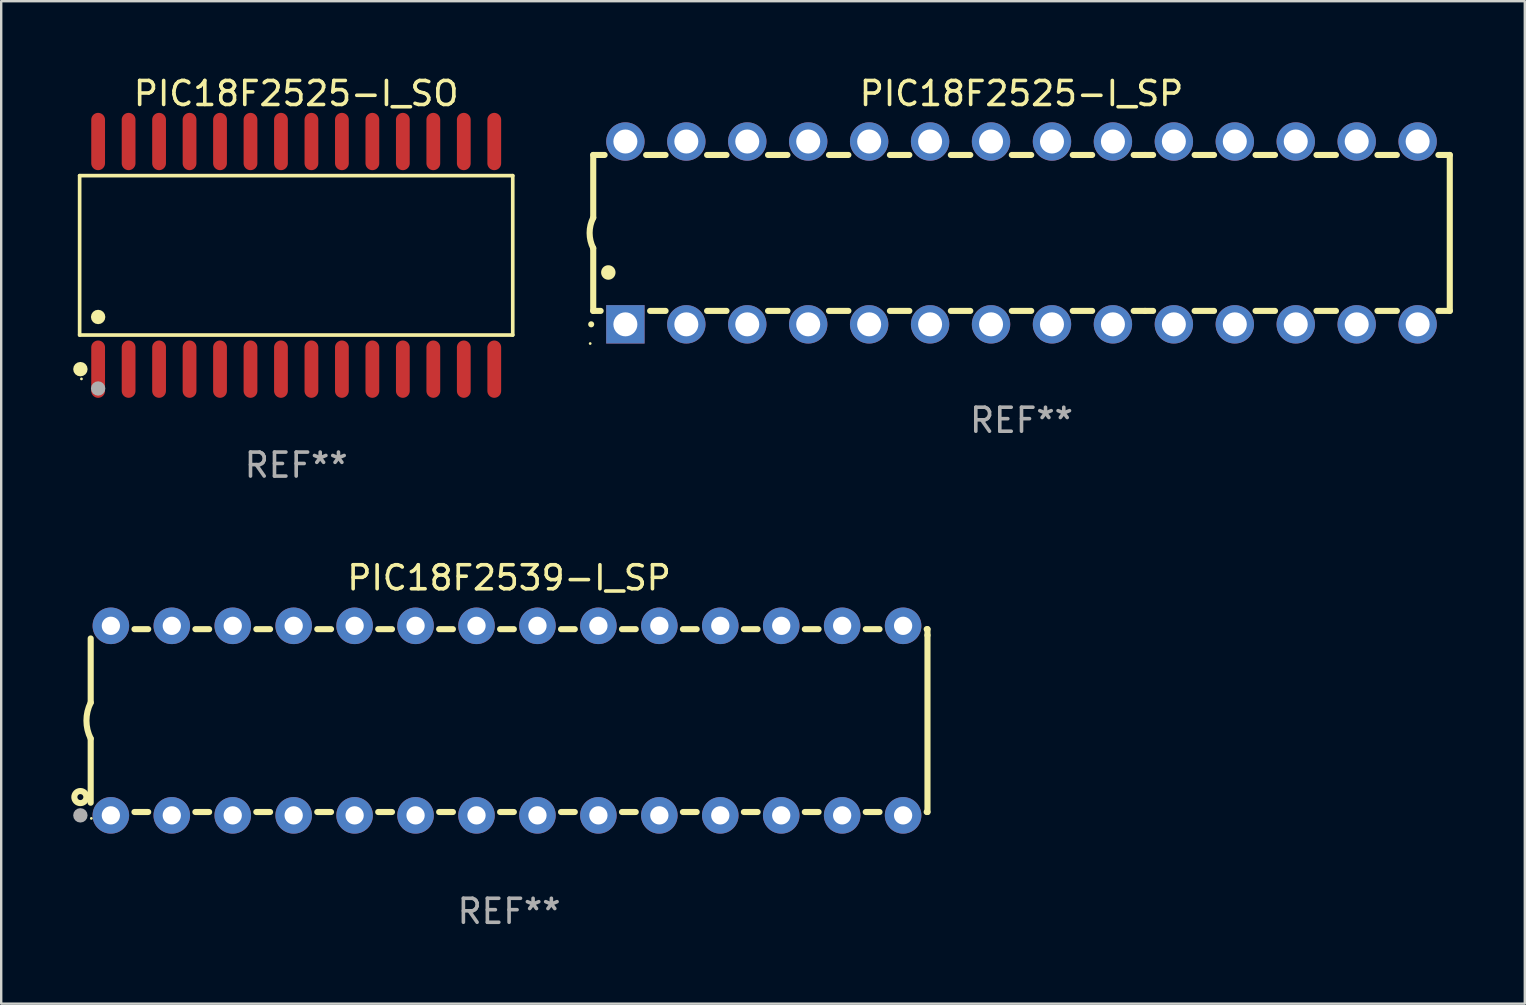
<source format=kicad_pcb>
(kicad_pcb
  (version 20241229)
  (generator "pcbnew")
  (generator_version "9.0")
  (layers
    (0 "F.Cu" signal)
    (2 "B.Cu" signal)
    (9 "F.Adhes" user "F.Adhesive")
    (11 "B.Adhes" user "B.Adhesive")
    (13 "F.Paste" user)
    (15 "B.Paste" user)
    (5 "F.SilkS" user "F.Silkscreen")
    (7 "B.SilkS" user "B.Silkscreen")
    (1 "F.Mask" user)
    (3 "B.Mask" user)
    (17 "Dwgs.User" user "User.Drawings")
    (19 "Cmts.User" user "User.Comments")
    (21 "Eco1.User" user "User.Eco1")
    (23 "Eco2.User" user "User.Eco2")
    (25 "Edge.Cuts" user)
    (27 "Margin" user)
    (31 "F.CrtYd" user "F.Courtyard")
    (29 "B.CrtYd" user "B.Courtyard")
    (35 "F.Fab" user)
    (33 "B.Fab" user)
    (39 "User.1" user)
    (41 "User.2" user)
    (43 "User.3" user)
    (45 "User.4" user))
  (footprint "PIC18F2525-I_SP"
    (layer "F.Cu")
    (at 39.525 6.658)
    (property "Reference" "PIC18F2525-I_SP" (at 0 -5.81 0) (layer "F.SilkS") (effects (font (size 1 1) (thickness 0.15))))
    (attr through_hole)
    (fp_line (start -17.85 -3.25) (end -17.85 -0.635) (stroke (width 0.254) (type solid)) (layer "F.SilkS"))
    (fp_line (start -17.85 3.25) (end -17.85 0.635) (stroke (width 0.254) (type solid)) (layer "F.SilkS"))
    (fp_line (start -17.85 3.25) (end -17.541 3.25) (stroke (width 0.254) (type solid)) (layer "F.SilkS"))
    (fp_line (start -17.375 -3.25) (end -17.85 -3.25) (stroke (width 0.254) (type solid)) (layer "F.SilkS"))
    (fp_line (start -15.479 3.25) (end -14.835 3.25) (stroke (width 0.254) (type solid)) (layer "F.SilkS"))
    (fp_line (start -14.835 -3.25) (end -15.645 -3.25) (stroke (width 0.254) (type solid)) (layer "F.SilkS"))
    (fp_line (start -13.105 3.25) (end -12.295 3.25) (stroke (width 0.254) (type solid)) (layer "F.SilkS"))
    (fp_line (start -12.295 -3.25) (end -13.105 -3.25) (stroke (width 0.254) (type solid)) (layer "F.SilkS"))
    (fp_line (start -10.565 3.25) (end -9.755 3.25) (stroke (width 0.254) (type solid)) (layer "F.SilkS"))
    (fp_line (start -9.755 -3.25) (end -10.565 -3.25) (stroke (width 0.254) (type solid)) (layer "F.SilkS"))
    (fp_line (start -8.025 3.25) (end -7.215 3.25) (stroke (width 0.254) (type solid)) (layer "F.SilkS"))
    (fp_line (start -7.215 -3.25) (end -8.025 -3.25) (stroke (width 0.254) (type solid)) (layer "F.SilkS"))
    (fp_line (start -5.485 3.25) (end -4.675 3.25) (stroke (width 0.254) (type solid)) (layer "F.SilkS"))
    (fp_line (start -4.675 -3.25) (end -5.485 -3.25) (stroke (width 0.254) (type solid)) (layer "F.SilkS"))
    (fp_line (start -2.945 3.25) (end -2.135 3.25) (stroke (width 0.254) (type solid)) (layer "F.SilkS"))
    (fp_line (start -2.135 -3.25) (end -2.945 -3.25) (stroke (width 0.254) (type solid)) (layer "F.SilkS"))
    (fp_line (start -0.405 3.25) (end 0.405 3.25) (stroke (width 0.254) (type solid)) (layer "F.SilkS"))
    (fp_line (start 0.405 -3.25) (end -0.405 -3.25) (stroke (width 0.254) (type solid)) (layer "F.SilkS"))
    (fp_line (start 2.135 3.25) (end 2.945 3.25) (stroke (width 0.254) (type solid)) (layer "F.SilkS"))
    (fp_line (start 2.945 -3.25) (end 2.135 -3.25) (stroke (width 0.254) (type solid)) (layer "F.SilkS"))
    (fp_line (start 4.675 3.25) (end 5.15 3.25) (stroke (width 0.254) (type solid)) (layer "F.SilkS"))
    (fp_line (start 5.15 -3.25) (end 4.675 -3.25) (stroke (width 0.254) (type solid)) (layer "F.SilkS"))
    (fp_line (start 5.15 -3.25) (end 5.485 -3.25) (stroke (width 0.254) (type solid)) (layer "F.SilkS"))
    (fp_line (start 5.15 3.25) (end 5.485 3.25) (stroke (width 0.254) (type solid)) (layer "F.SilkS"))
    (fp_line (start 7.215 -3.25) (end 8.025 -3.25) (stroke (width 0.254) (type solid)) (layer "F.SilkS"))
    (fp_line (start 7.215 3.25) (end 8.025 3.25) (stroke (width 0.254) (type solid)) (layer "F.SilkS"))
    (fp_line (start 9.755 -3.25) (end 10.565 -3.25) (stroke (width 0.254) (type solid)) (layer "F.SilkS"))
    (fp_line (start 9.755 3.25) (end 10.565 3.25) (stroke (width 0.254) (type solid)) (layer "F.SilkS"))
    (fp_line (start 12.295 -3.25) (end 13.105 -3.25) (stroke (width 0.254) (type solid)) (layer "F.SilkS"))
    (fp_line (start 12.295 3.25) (end 13.105 3.25) (stroke (width 0.254) (type solid)) (layer "F.SilkS"))
    (fp_line (start 14.835 -3.25) (end 15.645 -3.25) (stroke (width 0.254) (type solid)) (layer "F.SilkS"))
    (fp_line (start 14.835 3.25) (end 15.645 3.25) (stroke (width 0.254) (type solid)) (layer "F.SilkS"))
    (fp_line (start 17.375 -3.25) (end 17.85 -3.25) (stroke (width 0.254) (type solid)) (layer "F.SilkS"))
    (fp_line (start 17.375 3.25) (end 17.85 3.25) (stroke (width 0.254) (type solid)) (layer "F.SilkS"))
    (fp_line (start 17.85 -3.25) (end 17.85 3.25) (stroke (width 0.254) (type solid)) (layer "F.SilkS"))
    (fp_arc (start -17.934976 3.810008) (mid -17.934983 3.808738) (end -17.934976 3.807468) (stroke (width 0.25) (type solid)) (layer "F.SilkS"))
    (fp_arc (start -17.851155 0.635002) (mid -18.000677 -0.000132) (end -17.850038 -0.635001) (stroke (width 0.254001) (type solid)) (layer "F.SilkS"))
    (fp_arc (start -17.221234 1.651003) (mid -17.221245 1.648463) (end -17.221234 1.645923) (stroke (width 0.6) (type solid)) (layer "F.SilkS"))
    (fp_circle (center -17.977 4.61) (end -17.947 4.61) (stroke (width 0.06) (type solid)) (fill no) (layer "F.SilkS"))
    (fp_text user "REF**" (at 0 7.81 0) (layer "F.Fab") (effects (font (size 1 1) (thickness 0.15))))
    (pad "1" thru_hole rect (at -16.51 3.81 90) (size 1.6 1.6) (drill 1) (layers "*.Cu" "*.Mask"))
    (pad "2" thru_hole circle (at -13.97 3.81 90) (size 1.6 1.6) (drill 1) (layers "*.Cu" "*.Mask"))
    (pad "3" thru_hole circle (at -11.43 3.81 90) (size 1.6 1.6) (drill 1) (layers "*.Cu" "*.Mask"))
    (pad "4" thru_hole circle (at -8.89 3.81 90) (size 1.6 1.6) (drill 1) (layers "*.Cu" "*.Mask"))
    (pad "5" thru_hole circle (at -6.35 3.81 90) (size 1.6 1.6) (drill 1) (layers "*.Cu" "*.Mask"))
    (pad "6" thru_hole circle (at -3.81 3.81 90) (size 1.6 1.6) (drill 1) (layers "*.Cu" "*.Mask"))
    (pad "7" thru_hole circle (at -1.27 3.81 90) (size 1.6 1.6) (drill 1) (layers "*.Cu" "*.Mask"))
    (pad "8" thru_hole circle (at 1.27 3.81 90) (size 1.6 1.6) (drill 1) (layers "*.Cu" "*.Mask"))
    (pad "9" thru_hole circle (at 3.81 3.81 90) (size 1.6 1.6) (drill 1) (layers "*.Cu" "*.Mask"))
    (pad "10" thru_hole circle (at 6.35 3.81 90) (size 1.6 1.6) (drill 1) (layers "*.Cu" "*.Mask"))
    (pad "11" thru_hole circle (at 8.89 3.81 90) (size 1.6 1.6) (drill 1) (layers "*.Cu" "*.Mask"))
    (pad "12" thru_hole circle (at 11.43 3.81 90) (size 1.6 1.6) (drill 1) (layers "*.Cu" "*.Mask"))
    (pad "13" thru_hole circle (at 13.97 3.81 90) (size 1.6 1.6) (drill 1) (layers "*.Cu" "*.Mask"))
    (pad "14" thru_hole circle (at 16.51 3.81 90) (size 1.6 1.6) (drill 1) (layers "*.Cu" "*.Mask"))
    (pad "15" thru_hole circle (at 16.51 -3.81 90) (size 1.6 1.6) (drill 1) (layers "*.Cu" "*.Mask"))
    (pad "16" thru_hole circle (at 13.97 -3.81 90) (size 1.6 1.6) (drill 1) (layers "*.Cu" "*.Mask"))
    (pad "17" thru_hole circle (at 11.43 -3.81 90) (size 1.6 1.6) (drill 1) (layers "*.Cu" "*.Mask"))
    (pad "18" thru_hole circle (at 8.89 -3.81 90) (size 1.6 1.6) (drill 1) (layers "*.Cu" "*.Mask"))
    (pad "19" thru_hole circle (at 6.35 -3.81 90) (size 1.6 1.6) (drill 1) (layers "*.Cu" "*.Mask"))
    (pad "20" thru_hole circle (at 3.81 -3.81 90) (size 1.6 1.6) (drill 1) (layers "*.Cu" "*.Mask"))
    (pad "21" thru_hole circle (at 1.27 -3.81 90) (size 1.6 1.6) (drill 1) (layers "*.Cu" "*.Mask"))
    (pad "22" thru_hole circle (at -1.27 -3.81 90) (size 1.6 1.6) (drill 1) (layers "*.Cu" "*.Mask"))
    (pad "23" thru_hole circle (at -3.81 -3.81 90) (size 1.6 1.6) (drill 1) (layers "*.Cu" "*.Mask"))
    (pad "24" thru_hole circle (at -6.35 -3.81 90) (size 1.6 1.6) (drill 1) (layers "*.Cu" "*.Mask"))
    (pad "25" thru_hole circle (at -8.89 -3.81 90) (size 1.6 1.6) (drill 1) (layers "*.Cu" "*.Mask"))
    (pad "26" thru_hole circle (at -11.43 -3.81 90) (size 1.6 1.6) (drill 1) (layers "*.Cu" "*.Mask"))
    (pad "27" thru_hole circle (at -13.97 -3.81 90) (size 1.6 1.6) (drill 1) (layers "*.Cu" "*.Mask"))
    (pad "28" thru_hole circle (at -16.51 -3.81 90) (size 1.6 1.6) (drill 1) (layers "*.Cu" "*.Mask")))
  (footprint "PIC18F2539-I_SP"
    (layer "F.Cu")
    (at 18.168 26.983)
    (property "Reference" "PIC18F2539-I_SP" (at 0 -5.95 0) (layer "F.SilkS") (effects (font (size 1 1) (thickness 0.15))))
    (attr through_hole)
    (fp_line (start -17.438 0.75) (end -17.438 3.423) (stroke (width 0.254) (type solid)) (layer "F.SilkS"))
    (fp_line (start -17.438 -3.423) (end -17.438 -0.75) (stroke (width 0.254) (type solid)) (layer "F.SilkS"))
    (fp_line (start -15.615 3.81) (end -15.041 3.81) (stroke (width 0.254) (type solid)) (layer "F.SilkS"))
    (fp_line (start -15.041 -3.81) (end -15.614 -3.81) (stroke (width 0.254) (type solid)) (layer "F.SilkS"))
    (fp_line (start -13.075 3.81) (end -12.501 3.81) (stroke (width 0.254) (type solid)) (layer "F.SilkS"))
    (fp_line (start -12.501 -3.81) (end -13.074 -3.81) (stroke (width 0.254) (type solid)) (layer "F.SilkS"))
    (fp_line (start -10.535 3.81) (end -9.961 3.81) (stroke (width 0.254) (type solid)) (layer "F.SilkS"))
    (fp_line (start -9.961 -3.81) (end -10.534 -3.81) (stroke (width 0.254) (type solid)) (layer "F.SilkS"))
    (fp_line (start -7.995 3.81) (end -7.421 3.81) (stroke (width 0.254) (type solid)) (layer "F.SilkS"))
    (fp_line (start -7.421 -3.81) (end -7.995 -3.81) (stroke (width 0.254) (type solid)) (layer "F.SilkS"))
    (fp_line (start -5.455 3.81) (end -4.881 3.81) (stroke (width 0.254) (type solid)) (layer "F.SilkS"))
    (fp_line (start -4.881 -3.81) (end -5.455 -3.81) (stroke (width 0.254) (type solid)) (layer "F.SilkS"))
    (fp_line (start -2.915 3.81) (end -2.341 3.81) (stroke (width 0.254) (type solid)) (layer "F.SilkS"))
    (fp_line (start -2.341 -3.81) (end -2.915 -3.81) (stroke (width 0.254) (type solid)) (layer "F.SilkS"))
    (fp_line (start -0.375 3.81) (end 0.199 3.81) (stroke (width 0.254) (type solid)) (layer "F.SilkS"))
    (fp_line (start 0.199 -3.81) (end -0.375 -3.81) (stroke (width 0.254) (type solid)) (layer "F.SilkS"))
    (fp_line (start 2.165 3.81) (end 2.739 3.81) (stroke (width 0.254) (type solid)) (layer "F.SilkS"))
    (fp_line (start 2.739 -3.81) (end 2.165 -3.81) (stroke (width 0.254) (type solid)) (layer "F.SilkS"))
    (fp_line (start 4.705 3.81) (end 5.279 3.81) (stroke (width 0.254) (type solid)) (layer "F.SilkS"))
    (fp_line (start 5.279 -3.81) (end 4.705 -3.81) (stroke (width 0.254) (type solid)) (layer "F.SilkS"))
    (fp_line (start 7.245 3.81) (end 7.819 3.81) (stroke (width 0.254) (type solid)) (layer "F.SilkS"))
    (fp_line (start 7.819 -3.81) (end 7.245 -3.81) (stroke (width 0.254) (type solid)) (layer "F.SilkS"))
    (fp_line (start 9.785 3.81) (end 10.359 3.81) (stroke (width 0.254) (type solid)) (layer "F.SilkS"))
    (fp_line (start 10.359 -3.81) (end 9.785 -3.81) (stroke (width 0.254) (type solid)) (layer "F.SilkS"))
    (fp_line (start 12.325 3.81) (end 12.899 3.81) (stroke (width 0.254) (type solid)) (layer "F.SilkS"))
    (fp_line (start 12.899 -3.81) (end 12.325 -3.81) (stroke (width 0.254) (type solid)) (layer "F.SilkS"))
    (fp_line (start 14.865 3.81) (end 15.439 3.81) (stroke (width 0.254) (type solid)) (layer "F.SilkS"))
    (fp_line (start 15.439 -3.81) (end 14.865 -3.81) (stroke (width 0.254) (type solid)) (layer "F.SilkS"))
    (fp_line (start 17.405 3.81) (end 17.438 3.81) (stroke (width 0.254) (type solid)) (layer "F.SilkS"))
    (fp_line (start 17.438 -3.81) (end 17.405 -3.81) (stroke (width 0.254) (type solid)) (layer "F.SilkS"))
    (fp_line (start 17.438 -3.556) (end 17.438 -3.81) (stroke (width 0.254) (type solid)) (layer "F.SilkS"))
    (fp_line (start 17.438 3.81) (end 17.438 -3.556) (stroke (width 0.254) (type solid)) (layer "F.SilkS"))
    (fp_arc (start -17.437986 0.749657) (mid -17.614887 -0.000024) (end -17.437783 -0.749657) (stroke (width 0.254001) (type solid)) (layer "F.SilkS"))
    (fp_circle (center -17.868 3.188) (end -17.743 3.188) (stroke (width 0.254) (type solid)) (fill no) (layer "F.SilkS"))
    (fp_circle (center -17.411 4.077) (end -17.381 4.077) (stroke (width 0.06) (type solid)) (fill no) (layer "F.SilkS"))
    (fp_circle (center -17.868 3.95) (end -17.718 3.95) (stroke (width 0.3) (type solid)) (fill no) (layer "F.Fab"))
    (fp_text user "REF**" (at 0 7.95 0) (layer "F.Fab") (effects (font (size 1 1) (thickness 0.15))))
    (pad "1" thru_hole circle (at -16.598 3.95) (size 1.524 1.524) (drill 0.762) (layers "*.Cu" "*.Mask"))
    (pad "2" thru_hole circle (at -14.058 3.95) (size 1.524 1.524) (drill 0.762) (layers "*.Cu" "*.Mask"))
    (pad "3" thru_hole circle (at -11.518 3.95) (size 1.524 1.524) (drill 0.762) (layers "*.Cu" "*.Mask"))
    (pad "4" thru_hole circle (at -8.978 3.95) (size 1.524 1.524) (drill 0.762) (layers "*.Cu" "*.Mask"))
    (pad "5" thru_hole circle (at -6.438 3.95) (size 1.524 1.524) (drill 0.762) (layers "*.Cu" "*.Mask"))
    (pad "6" thru_hole circle (at -3.898 3.95) (size 1.524 1.524) (drill 0.762) (layers "*.Cu" "*.Mask"))
    (pad "7" thru_hole circle (at -1.358 3.95) (size 1.524 1.524) (drill 0.762) (layers "*.Cu" "*.Mask"))
    (pad "8" thru_hole circle (at 1.182 3.95) (size 1.524 1.524) (drill 0.762) (layers "*.Cu" "*.Mask"))
    (pad "9" thru_hole circle (at 3.722 3.95) (size 1.524 1.524) (drill 0.762) (layers "*.Cu" "*.Mask"))
    (pad "10" thru_hole circle (at 6.262 3.95) (size 1.524 1.524) (drill 0.762) (layers "*.Cu" "*.Mask"))
    (pad "11" thru_hole circle (at 8.802 3.95) (size 1.524 1.524) (drill 0.762) (layers "*.Cu" "*.Mask"))
    (pad "12" thru_hole circle (at 11.342 3.95) (size 1.524 1.524) (drill 0.762) (layers "*.Cu" "*.Mask"))
    (pad "13" thru_hole circle (at 13.882 3.95) (size 1.524 1.524) (drill 0.762) (layers "*.Cu" "*.Mask"))
    (pad "14" thru_hole circle (at 16.422 3.95) (size 1.524 1.524) (drill 0.762) (layers "*.Cu" "*.Mask"))
    (pad "15" thru_hole circle (at 16.422 -3.95) (size 1.524 1.524) (drill 0.762) (layers "*.Cu" "*.Mask"))
    (pad "16" thru_hole circle (at 13.882 -3.95) (size 1.524 1.524) (drill 0.762) (layers "*.Cu" "*.Mask"))
    (pad "17" thru_hole circle (at 11.342 -3.95) (size 1.524 1.524) (drill 0.762) (layers "*.Cu" "*.Mask"))
    (pad "18" thru_hole circle (at 8.802 -3.95) (size 1.524 1.524) (drill 0.762) (layers "*.Cu" "*.Mask"))
    (pad "19" thru_hole circle (at 6.262 -3.95) (size 1.524 1.524) (drill 0.762) (layers "*.Cu" "*.Mask"))
    (pad "20" thru_hole circle (at 3.722 -3.95) (size 1.524 1.524) (drill 0.762) (layers "*.Cu" "*.Mask"))
    (pad "21" thru_hole circle (at 1.182 -3.95) (size 1.524 1.524) (drill 0.762) (layers "*.Cu" "*.Mask"))
    (pad "22" thru_hole circle (at -1.358 -3.95) (size 1.524 1.524) (drill 0.762) (layers "*.Cu" "*.Mask"))
    (pad "23" thru_hole circle (at -3.898 -3.95) (size 1.524 1.524) (drill 0.762) (layers "*.Cu" "*.Mask"))
    (pad "24" thru_hole circle (at -6.438 -3.95) (size 1.524 1.524) (drill 0.762) (layers "*.Cu" "*.Mask"))
    (pad "25" thru_hole circle (at -8.978 -3.95) (size 1.524 1.524) (drill 0.762) (layers "*.Cu" "*.Mask"))
    (pad "26" thru_hole circle (at -11.517 -3.95) (size 1.524 1.524) (drill 0.762) (layers "*.Cu" "*.Mask"))
    (pad "27" thru_hole circle (at -14.057 -3.95) (size 1.524 1.524) (drill 0.762) (layers "*.Cu" "*.Mask"))
    (pad "28" thru_hole circle (at -16.597 -3.95) (size 1.524 1.524) (drill 0.762) (layers "*.Cu" "*.Mask")))
  (footprint "PIC18F2525-I_SO"
    (layer "F.Cu")
    (at 9.295 7.592)
    (property "Reference" "PIC18F2525-I_SO" (at 0 -6.744 0) (layer "F.SilkS") (effects (font (size 1 1) (thickness 0.15))))
    (attr through_hole)
    (fp_line (start -9.026 -3.321) (end 9.026 -3.321) (stroke (width 0.152) (type solid)) (layer "F.SilkS"))
    (fp_line (start -9.026 3.321) (end -9.026 -3.321) (stroke (width 0.152) (type solid)) (layer "F.SilkS"))
    (fp_line (start 9.026 -3.321) (end 9.026 3.321) (stroke (width 0.152) (type solid)) (layer "F.SilkS"))
    (fp_line (start 9.026 3.321) (end -9.026 3.321) (stroke (width 0.152) (type solid)) (layer "F.SilkS"))
    (fp_circle (center -8.994 4.744) (end -8.844 4.744) (stroke (width 0.3) (type solid)) (fill no) (layer "F.SilkS"))
    (fp_circle (center -8.95 5.15) (end -8.92 5.15) (stroke (width 0.06) (type solid)) (fill no) (layer "F.SilkS"))
    (fp_circle (center -8.255 2.569) (end -8.105 2.569) (stroke (width 0.3) (type solid)) (fill no) (layer "F.SilkS"))
    (fp_circle (center -8.255 5.55) (end -8.105 5.55) (stroke (width 0.3) (type solid)) (fill no) (layer "F.Fab"))
    (fp_text user "REF**" (at 0 8.744 0) (layer "F.Fab") (effects (font (size 1 1) (thickness 0.15))))
    (pad "1" smd oval (at -8.255 4.744) (size 0.574 2.388) (layers "F.Cu" "F.Mask" "F.Paste"))
    (pad "2" smd oval (at -6.985 4.744) (size 0.574 2.388) (layers "F.Cu" "F.Mask" "F.Paste"))
    (pad "3" smd oval (at -5.715 4.744) (size 0.574 2.388) (layers "F.Cu" "F.Mask" "F.Paste"))
    (pad "4" smd oval (at -4.445 4.744) (size 0.574 2.388) (layers "F.Cu" "F.Mask" "F.Paste"))
    (pad "5" smd oval (at -3.175 4.744) (size 0.574 2.388) (layers "F.Cu" "F.Mask" "F.Paste"))
    (pad "6" smd oval (at -1.905 4.744) (size 0.574 2.388) (layers "F.Cu" "F.Mask" "F.Paste"))
    (pad "7" smd oval (at -0.635 4.744) (size 0.574 2.388) (layers "F.Cu" "F.Mask" "F.Paste"))
    (pad "8" smd oval (at 0.635 4.744) (size 0.574 2.388) (layers "F.Cu" "F.Mask" "F.Paste"))
    (pad "9" smd oval (at 1.905 4.744) (size 0.574 2.388) (layers "F.Cu" "F.Mask" "F.Paste"))
    (pad "10" smd oval (at 3.175 4.744) (size 0.574 2.388) (layers "F.Cu" "F.Mask" "F.Paste"))
    (pad "11" smd oval (at 4.445 4.744) (size 0.574 2.388) (layers "F.Cu" "F.Mask" "F.Paste"))
    (pad "12" smd oval (at 5.715 4.744) (size 0.574 2.388) (layers "F.Cu" "F.Mask" "F.Paste"))
    (pad "13" smd oval (at 6.985 4.744) (size 0.574 2.388) (layers "F.Cu" "F.Mask" "F.Paste"))
    (pad "14" smd oval (at 8.255 4.744) (size 0.574 2.388) (layers "F.Cu" "F.Mask" "F.Paste"))
    (pad "15" smd oval (at 8.255 -4.744) (size 0.574 2.388) (layers "F.Cu" "F.Mask" "F.Paste"))
    (pad "16" smd oval (at 6.985 -4.744) (size 0.574 2.388) (layers "F.Cu" "F.Mask" "F.Paste"))
    (pad "17" smd oval (at 5.715 -4.744) (size 0.574 2.388) (layers "F.Cu" "F.Mask" "F.Paste"))
    (pad "18" smd oval (at 4.445 -4.744) (size 0.574 2.388) (layers "F.Cu" "F.Mask" "F.Paste"))
    (pad "19" smd oval (at 3.175 -4.744) (size 0.574 2.388) (layers "F.Cu" "F.Mask" "F.Paste"))
    (pad "20" smd oval (at 1.905 -4.744) (size 0.574 2.388) (layers "F.Cu" "F.Mask" "F.Paste"))
    (pad "21" smd oval (at 0.635 -4.744) (size 0.574 2.388) (layers "F.Cu" "F.Mask" "F.Paste"))
    (pad "22" smd oval (at -0.635 -4.744) (size 0.574 2.388) (layers "F.Cu" "F.Mask" "F.Paste"))
    (pad "23" smd oval (at -1.905 -4.744) (size 0.574 2.388) (layers "F.Cu" "F.Mask" "F.Paste"))
    (pad "24" smd oval (at -3.175 -4.744) (size 0.574 2.388) (layers "F.Cu" "F.Mask" "F.Paste"))
    (pad "25" smd oval (at -4.445 -4.744) (size 0.574 2.388) (layers "F.Cu" "F.Mask" "F.Paste"))
    (pad "26" smd oval (at -5.715 -4.744) (size 0.574 2.388) (layers "F.Cu" "F.Mask" "F.Paste"))
    (pad "27" smd oval (at -6.985 -4.744) (size 0.574 2.388) (layers "F.Cu" "F.Mask" "F.Paste"))
    (pad "28" smd oval (at -8.255 -4.744) (size 0.574 2.388) (layers "F.Cu" "F.Mask" "F.Paste")))
  (gr_rect
    (start -3 -3)
    (end 60.502 38.781)
    (stroke (width 0.1) (type default))
    (fill no)
    (layer "Edge.Cuts")))
</source>
